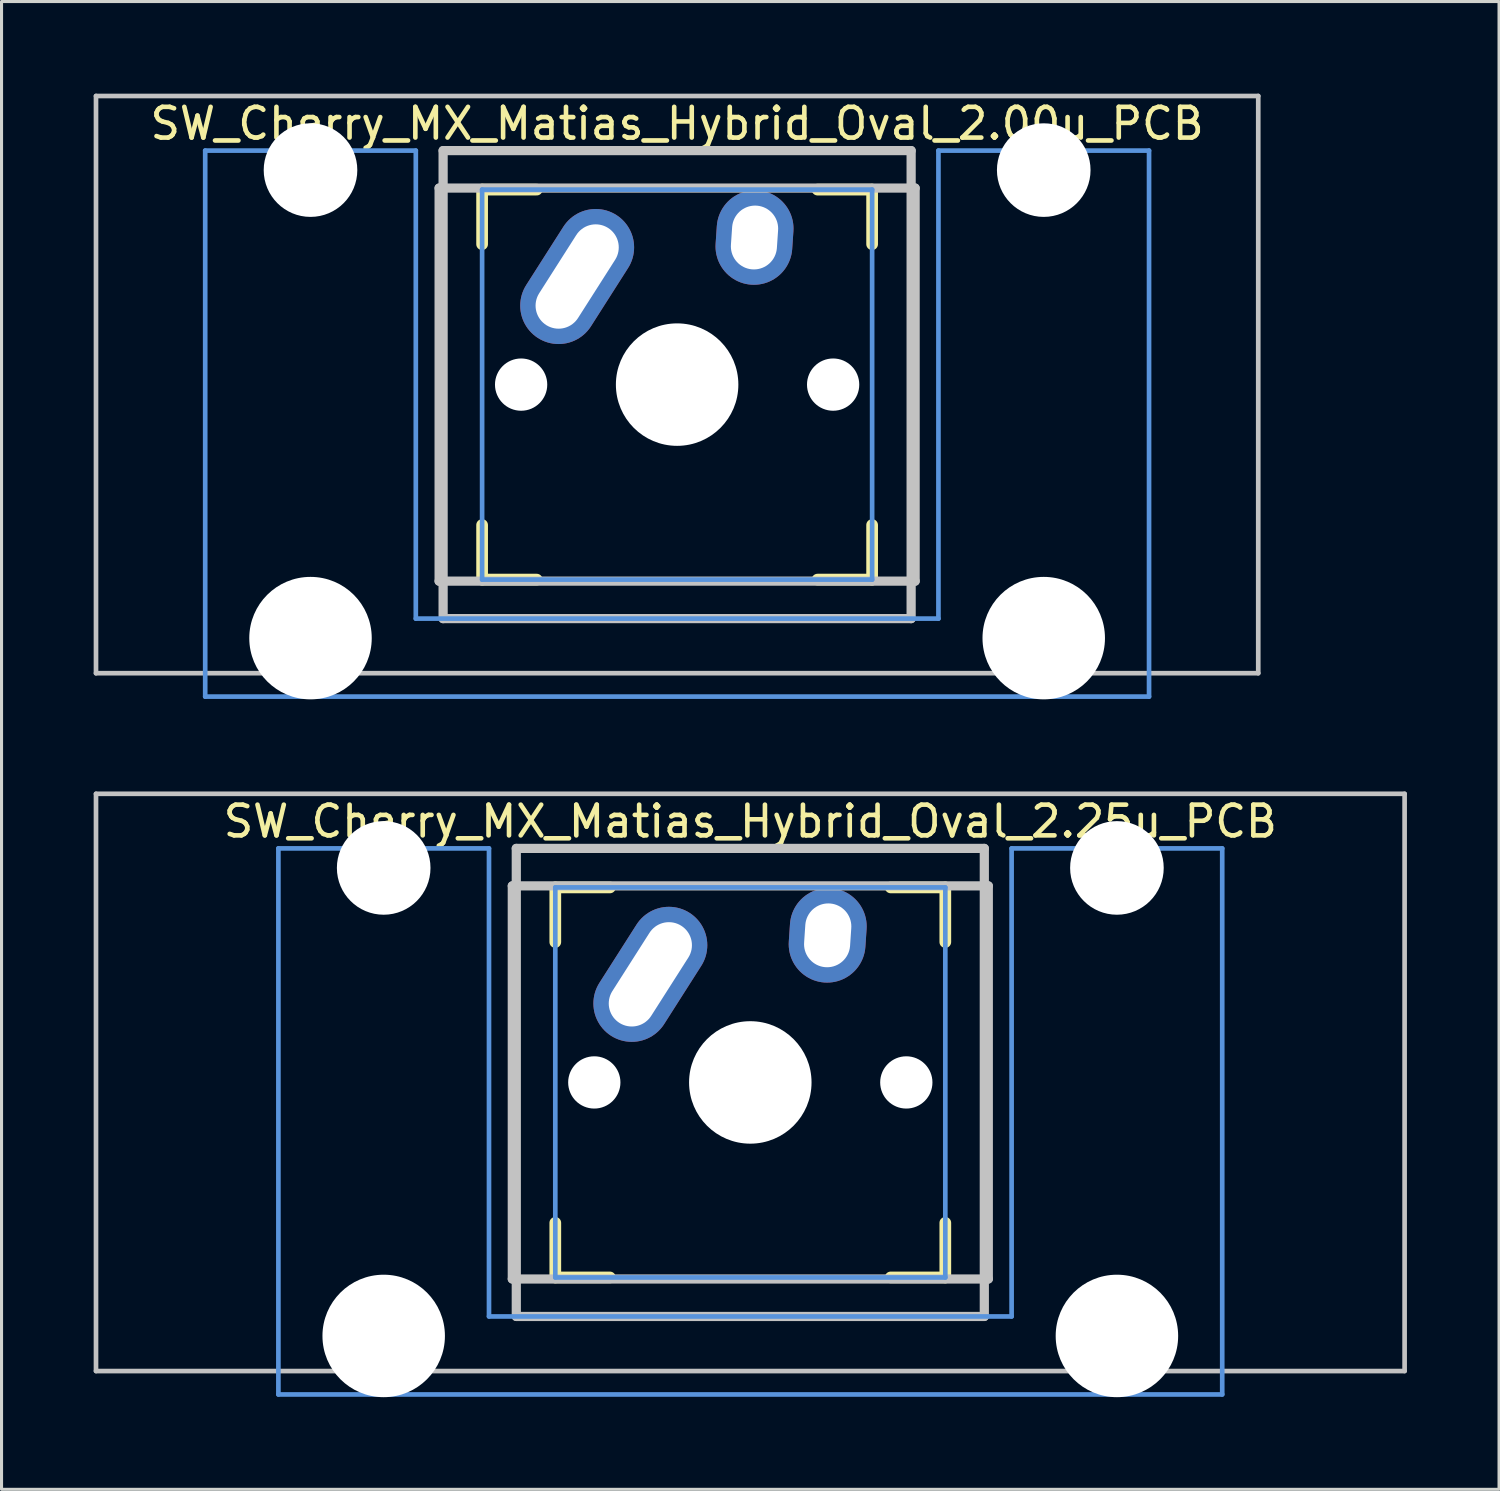
<source format=kicad_pcb>
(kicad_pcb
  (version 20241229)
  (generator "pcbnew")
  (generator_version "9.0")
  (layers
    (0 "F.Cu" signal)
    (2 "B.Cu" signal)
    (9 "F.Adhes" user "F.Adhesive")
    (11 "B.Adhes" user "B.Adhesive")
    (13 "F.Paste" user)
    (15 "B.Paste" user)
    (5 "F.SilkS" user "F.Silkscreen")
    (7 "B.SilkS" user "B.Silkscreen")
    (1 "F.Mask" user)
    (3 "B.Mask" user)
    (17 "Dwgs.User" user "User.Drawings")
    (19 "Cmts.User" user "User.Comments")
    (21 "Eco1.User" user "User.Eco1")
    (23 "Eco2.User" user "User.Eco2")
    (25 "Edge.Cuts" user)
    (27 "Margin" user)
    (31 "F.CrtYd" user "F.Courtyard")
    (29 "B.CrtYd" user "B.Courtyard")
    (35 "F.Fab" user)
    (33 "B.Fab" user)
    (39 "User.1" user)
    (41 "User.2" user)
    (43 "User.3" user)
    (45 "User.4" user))
  (footprint "SW_Cherry_MX_Matias_Hybrid_Oval_2.25u_PCB"
    (layer "F.Cu")
    (at 21.382 32.197)
    (property "Reference" "SW_Cherry_MX_Matias_Hybrid_Oval_2.25u_PCB" (at 0 -8.5 0) (layer "F.SilkS") (effects (font (size 1 1) (thickness 0.15))))
    (attr through_hole)
    (fp_line (start -6.35 -6.35) (end -4.572 -6.35) (stroke (width 0.381) (type solid)) (layer "F.SilkS"))
    (fp_line (start -6.35 -4.572) (end -6.35 -6.35) (stroke (width 0.381) (type solid)) (layer "F.SilkS"))
    (fp_line (start -6.35 6.35) (end -6.35 4.572) (stroke (width 0.381) (type solid)) (layer "F.SilkS"))
    (fp_line (start -4.572 6.35) (end -6.35 6.35) (stroke (width 0.381) (type solid)) (layer "F.SilkS"))
    (fp_line (start 4.572 -6.35) (end 6.35 -6.35) (stroke (width 0.381) (type solid)) (layer "F.SilkS"))
    (fp_line (start 6.35 -6.35) (end 6.35 -4.572) (stroke (width 0.381) (type solid)) (layer "F.SilkS"))
    (fp_line (start 6.35 4.572) (end 6.35 6.35) (stroke (width 0.381) (type solid)) (layer "F.SilkS"))
    (fp_line (start 6.35 6.35) (end 4.572 6.35) (stroke (width 0.381) (type solid)) (layer "F.SilkS"))
    (fp_line (start -21.306 -9.398) (end 21.306 -9.398) (stroke (width 0.152) (type solid)) (layer "Dwgs.User"))
    (fp_line (start -21.306 9.398) (end -21.306 -9.398) (stroke (width 0.152) (type solid)) (layer "Dwgs.User"))
    (fp_line (start -7.75 6.4) (end -7.75 -6.4) (stroke (width 0.3) (type solid)) (layer "Dwgs.User"))
    (fp_line (start -7.75 6.4) (end 7.75 6.4) (stroke (width 0.3) (type solid)) (layer "Dwgs.User"))
    (fp_line (start -7.62 -7.62) (end 7.62 -7.62) (stroke (width 0.3) (type solid)) (layer "Dwgs.User"))
    (fp_line (start -7.62 7.62) (end -7.62 -7.62) (stroke (width 0.3) (type solid)) (layer "Dwgs.User"))
    (fp_line (start 7.62 -7.62) (end 7.62 7.62) (stroke (width 0.3) (type solid)) (layer "Dwgs.User"))
    (fp_line (start 7.62 7.62) (end -7.62 7.62) (stroke (width 0.3) (type solid)) (layer "Dwgs.User"))
    (fp_line (start 7.75 -6.4) (end -7.75 -6.4) (stroke (width 0.3) (type solid)) (layer "Dwgs.User"))
    (fp_line (start 7.75 6.4) (end 7.75 -6.4) (stroke (width 0.3) (type solid)) (layer "Dwgs.User"))
    (fp_line (start 21.306 -9.398) (end 21.306 9.398) (stroke (width 0.152) (type solid)) (layer "Dwgs.User"))
    (fp_line (start 21.306 9.398) (end -21.306 9.398) (stroke (width 0.152) (type solid)) (layer "Dwgs.User"))
    (fp_line (start -15.367 -7.62) (end -15.367 10.16) (stroke (width 0.152) (type solid)) (layer "Cmts.User"))
    (fp_line (start -15.367 10.16) (end 15.367 10.16) (stroke (width 0.152) (type solid)) (layer "Cmts.User"))
    (fp_line (start -8.509 -7.62) (end -15.367 -7.62) (stroke (width 0.152) (type solid)) (layer "Cmts.User"))
    (fp_line (start -8.509 7.62) (end -8.509 -7.62) (stroke (width 0.152) (type solid)) (layer "Cmts.User"))
    (fp_line (start -6.35 -6.35) (end 6.35 -6.35) (stroke (width 0.152) (type solid)) (layer "Cmts.User"))
    (fp_line (start -6.35 6.35) (end -6.35 -6.35) (stroke (width 0.152) (type solid)) (layer "Cmts.User"))
    (fp_line (start 6.35 -6.35) (end 6.35 6.35) (stroke (width 0.152) (type solid)) (layer "Cmts.User"))
    (fp_line (start 6.35 6.35) (end -6.35 6.35) (stroke (width 0.152) (type solid)) (layer "Cmts.User"))
    (fp_line (start 8.509 -7.62) (end 8.509 7.62) (stroke (width 0.152) (type solid)) (layer "Cmts.User"))
    (fp_line (start 8.509 7.62) (end -8.509 7.62) (stroke (width 0.152) (type solid)) (layer "Cmts.User"))
    (fp_line (start 15.367 -7.62) (end 8.509 -7.62) (stroke (width 0.152) (type solid)) (layer "Cmts.User"))
    (fp_line (start 15.367 10.16) (end 15.367 -7.62) (stroke (width 0.152) (type solid)) (layer "Cmts.User"))
    (fp_line (start -16.129 -2.286) (end -15.265 -2.286) (stroke (width 0.152) (type solid)) (layer "Eco2.User"))
    (fp_line (start -16.129 0.508) (end -16.129 -2.286) (stroke (width 0.152) (type solid)) (layer "Eco2.User"))
    (fp_line (start -15.265 -5.69) (end -8.611 -5.69) (stroke (width 0.152) (type solid)) (layer "Eco2.User"))
    (fp_line (start -15.265 -2.286) (end -15.265 -5.69) (stroke (width 0.152) (type solid)) (layer "Eco2.User"))
    (fp_line (start -15.265 0.508) (end -16.129 0.508) (stroke (width 0.152) (type solid)) (layer "Eco2.User"))
    (fp_line (start -15.265 6.604) (end -15.265 0.508) (stroke (width 0.152) (type solid)) (layer "Eco2.User"))
    (fp_line (start -14.224 6.604) (end -15.265 6.604) (stroke (width 0.152) (type solid)) (layer "Eco2.User"))
    (fp_line (start -14.224 7.772) (end -14.224 6.604) (stroke (width 0.152) (type solid)) (layer "Eco2.User"))
    (fp_line (start -9.652 6.604) (end -9.652 7.772) (stroke (width 0.152) (type solid)) (layer "Eco2.User"))
    (fp_line (start -9.652 7.772) (end -14.224 7.772) (stroke (width 0.152) (type solid)) (layer "Eco2.User"))
    (fp_line (start -8.611 -5.69) (end -8.611 -4.877) (stroke (width 0.152) (type solid)) (layer "Eco2.User"))
    (fp_line (start -8.611 -4.877) (end -6.985 -4.877) (stroke (width 0.152) (type solid)) (layer "Eco2.User"))
    (fp_line (start -8.611 5.817) (end -8.611 6.604) (stroke (width 0.152) (type solid)) (layer "Eco2.User"))
    (fp_line (start -8.611 6.604) (end -9.652 6.604) (stroke (width 0.152) (type solid)) (layer "Eco2.User"))
    (fp_line (start -6.985 -6.985) (end 6.985 -6.985) (stroke (width 0.152) (type solid)) (layer "Eco2.User"))
    (fp_line (start -6.985 -4.877) (end -6.985 -6.985) (stroke (width 0.152) (type solid)) (layer "Eco2.User"))
    (fp_line (start -6.985 5.817) (end -8.611 5.817) (stroke (width 0.152) (type solid)) (layer "Eco2.User"))
    (fp_line (start -6.985 6.985) (end -6.985 5.817) (stroke (width 0.152) (type solid)) (layer "Eco2.User"))
    (fp_line (start 6.985 -6.985) (end 6.985 -4.877) (stroke (width 0.152) (type solid)) (layer "Eco2.User"))
    (fp_line (start 6.985 -4.877) (end 8.611 -4.877) (stroke (width 0.152) (type solid)) (layer "Eco2.User"))
    (fp_line (start 6.985 5.817) (end 6.985 6.985) (stroke (width 0.152) (type solid)) (layer "Eco2.User"))
    (fp_line (start 6.985 6.985) (end -6.985 6.985) (stroke (width 0.152) (type solid)) (layer "Eco2.User"))
    (fp_line (start 8.611 -5.69) (end 15.265 -5.69) (stroke (width 0.152) (type solid)) (layer "Eco2.User"))
    (fp_line (start 8.611 -4.877) (end 8.611 -5.69) (stroke (width 0.152) (type solid)) (layer "Eco2.User"))
    (fp_line (start 8.611 5.817) (end 6.985 5.817) (stroke (width 0.152) (type solid)) (layer "Eco2.User"))
    (fp_line (start 8.611 6.604) (end 8.611 5.817) (stroke (width 0.152) (type solid)) (layer "Eco2.User"))
    (fp_line (start 9.652 6.604) (end 8.611 6.604) (stroke (width 0.152) (type solid)) (layer "Eco2.User"))
    (fp_line (start 9.652 7.772) (end 9.652 6.604) (stroke (width 0.152) (type solid)) (layer "Eco2.User"))
    (fp_line (start 14.224 6.604) (end 14.224 7.772) (stroke (width 0.152) (type solid)) (layer "Eco2.User"))
    (fp_line (start 14.224 7.772) (end 9.652 7.772) (stroke (width 0.152) (type solid)) (layer "Eco2.User"))
    (fp_line (start 15.265 -5.69) (end 15.265 -2.286) (stroke (width 0.152) (type solid)) (layer "Eco2.User"))
    (fp_line (start 15.265 -2.286) (end 16.129 -2.286) (stroke (width 0.152) (type solid)) (layer "Eco2.User"))
    (fp_line (start 15.265 0.508) (end 15.265 6.604) (stroke (width 0.152) (type solid)) (layer "Eco2.User"))
    (fp_line (start 15.265 6.604) (end 14.224 6.604) (stroke (width 0.152) (type solid)) (layer "Eco2.User"))
    (fp_line (start 16.129 -2.286) (end 16.129 0.508) (stroke (width 0.152) (type solid)) (layer "Eco2.User"))
    (fp_line (start 16.129 0.508) (end 15.265 0.508) (stroke (width 0.152) (type solid)) (layer "Eco2.User"))
    (pad "" np_thru_hole circle (at -11.938 -6.985) (size 3.048 3.048) (drill 3.048) (layers "*.Cu" "*.Mask"))
    (pad "" np_thru_hole circle (at -11.938 8.255) (size 3.988 3.988) (drill 3.988) (layers "*.Cu" "*.Mask"))
    (pad "" np_thru_hole circle (at -5.08 0) (size 1.702 1.702) (drill 1.702) (layers "*.Cu" "*.Mask"))
    (pad "" np_thru_hole circle (at 0 0) (size 3.988 3.988) (drill 3.988) (layers "*.Cu" "*.Mask"))
    (pad "" np_thru_hole circle (at 5.08 0) (size 1.702 1.702) (drill 1.702) (layers "*.Cu" "*.Mask"))
    (pad "" np_thru_hole circle (at 11.938 -6.985) (size 3.048 3.048) (drill 3.048) (layers "*.Cu" "*.Mask"))
    (pad "" np_thru_hole circle (at 11.938 8.255) (size 3.988 3.988) (drill 3.988) (layers "*.Cu" "*.Mask"))
    (pad "1" thru_hole oval (at 2.52 -4.79 356.1) (size 2.5 3.08) (drill oval 1.5 2.08) (layers "*.Cu" "*.Mask"))
    (pad "2" thru_hole oval (at -3.255 -3.52 327.5) (size 2.5 4.75) (drill oval 1.5 3.75) (layers "*.Cu" "*.Mask")))
  (footprint "SW_Cherry_MX_Matias_Hybrid_Oval_2.00u_PCB"
    (layer "F.Cu")
    (at 18.999 9.474)
    (property "Reference" "SW_Cherry_MX_Matias_Hybrid_Oval_2.00u_PCB" (at 0 -8.5 0) (layer "F.SilkS") (effects (font (size 1 1) (thickness 0.15))))
    (attr through_hole)
    (fp_line (start -6.35 -6.35) (end -4.572 -6.35) (stroke (width 0.381) (type solid)) (layer "F.SilkS"))
    (fp_line (start -6.35 -4.572) (end -6.35 -6.35) (stroke (width 0.381) (type solid)) (layer "F.SilkS"))
    (fp_line (start -6.35 6.35) (end -6.35 4.572) (stroke (width 0.381) (type solid)) (layer "F.SilkS"))
    (fp_line (start -4.572 6.35) (end -6.35 6.35) (stroke (width 0.381) (type solid)) (layer "F.SilkS"))
    (fp_line (start 4.572 -6.35) (end 6.35 -6.35) (stroke (width 0.381) (type solid)) (layer "F.SilkS"))
    (fp_line (start 6.35 -6.35) (end 6.35 -4.572) (stroke (width 0.381) (type solid)) (layer "F.SilkS"))
    (fp_line (start 6.35 4.572) (end 6.35 6.35) (stroke (width 0.381) (type solid)) (layer "F.SilkS"))
    (fp_line (start 6.35 6.35) (end 4.572 6.35) (stroke (width 0.381) (type solid)) (layer "F.SilkS"))
    (fp_line (start -18.923 -9.398) (end 18.923 -9.398) (stroke (width 0.152) (type solid)) (layer "Dwgs.User"))
    (fp_line (start -18.923 9.398) (end -18.923 -9.398) (stroke (width 0.152) (type solid)) (layer "Dwgs.User"))
    (fp_line (start -7.75 6.4) (end -7.75 -6.4) (stroke (width 0.3) (type solid)) (layer "Dwgs.User"))
    (fp_line (start -7.75 6.4) (end 7.75 6.4) (stroke (width 0.3) (type solid)) (layer "Dwgs.User"))
    (fp_line (start -7.62 -7.62) (end 7.62 -7.62) (stroke (width 0.3) (type solid)) (layer "Dwgs.User"))
    (fp_line (start -7.62 7.62) (end -7.62 -7.62) (stroke (width 0.3) (type solid)) (layer "Dwgs.User"))
    (fp_line (start 7.62 -7.62) (end 7.62 7.62) (stroke (width 0.3) (type solid)) (layer "Dwgs.User"))
    (fp_line (start 7.62 7.62) (end -7.62 7.62) (stroke (width 0.3) (type solid)) (layer "Dwgs.User"))
    (fp_line (start 7.75 -6.4) (end -7.75 -6.4) (stroke (width 0.3) (type solid)) (layer "Dwgs.User"))
    (fp_line (start 7.75 6.4) (end 7.75 -6.4) (stroke (width 0.3) (type solid)) (layer "Dwgs.User"))
    (fp_line (start 18.923 -9.398) (end 18.923 9.398) (stroke (width 0.152) (type solid)) (layer "Dwgs.User"))
    (fp_line (start 18.923 9.398) (end -18.923 9.398) (stroke (width 0.152) (type solid)) (layer "Dwgs.User"))
    (fp_line (start -15.367 -7.62) (end -15.367 10.16) (stroke (width 0.152) (type solid)) (layer "Cmts.User"))
    (fp_line (start -15.367 10.16) (end 15.367 10.16) (stroke (width 0.152) (type solid)) (layer "Cmts.User"))
    (fp_line (start -8.509 -7.62) (end -15.367 -7.62) (stroke (width 0.152) (type solid)) (layer "Cmts.User"))
    (fp_line (start -8.509 7.62) (end -8.509 -7.62) (stroke (width 0.152) (type solid)) (layer "Cmts.User"))
    (fp_line (start -6.35 -6.35) (end 6.35 -6.35) (stroke (width 0.152) (type solid)) (layer "Cmts.User"))
    (fp_line (start -6.35 6.35) (end -6.35 -6.35) (stroke (width 0.152) (type solid)) (layer "Cmts.User"))
    (fp_line (start 6.35 -6.35) (end 6.35 6.35) (stroke (width 0.152) (type solid)) (layer "Cmts.User"))
    (fp_line (start 6.35 6.35) (end -6.35 6.35) (stroke (width 0.152) (type solid)) (layer "Cmts.User"))
    (fp_line (start 8.509 -7.62) (end 8.509 7.62) (stroke (width 0.152) (type solid)) (layer "Cmts.User"))
    (fp_line (start 8.509 7.62) (end -8.509 7.62) (stroke (width 0.152) (type solid)) (layer "Cmts.User"))
    (fp_line (start 15.367 -7.62) (end 8.509 -7.62) (stroke (width 0.152) (type solid)) (layer "Cmts.User"))
    (fp_line (start 15.367 10.16) (end 15.367 -7.62) (stroke (width 0.152) (type solid)) (layer "Cmts.User"))
    (fp_line (start -16.129 -2.286) (end -15.265 -2.286) (stroke (width 0.152) (type solid)) (layer "Eco2.User"))
    (fp_line (start -16.129 0.508) (end -16.129 -2.286) (stroke (width 0.152) (type solid)) (layer "Eco2.User"))
    (fp_line (start -15.265 -5.69) (end -8.611 -5.69) (stroke (width 0.152) (type solid)) (layer "Eco2.User"))
    (fp_line (start -15.265 -2.286) (end -15.265 -5.69) (stroke (width 0.152) (type solid)) (layer "Eco2.User"))
    (fp_line (start -15.265 0.508) (end -16.129 0.508) (stroke (width 0.152) (type solid)) (layer "Eco2.User"))
    (fp_line (start -15.265 6.604) (end -15.265 0.508) (stroke (width 0.152) (type solid)) (layer "Eco2.User"))
    (fp_line (start -14.224 6.604) (end -15.265 6.604) (stroke (width 0.152) (type solid)) (layer "Eco2.User"))
    (fp_line (start -14.224 7.772) (end -14.224 6.604) (stroke (width 0.152) (type solid)) (layer "Eco2.User"))
    (fp_line (start -9.652 6.604) (end -9.652 7.772) (stroke (width 0.152) (type solid)) (layer "Eco2.User"))
    (fp_line (start -9.652 7.772) (end -14.224 7.772) (stroke (width 0.152) (type solid)) (layer "Eco2.User"))
    (fp_line (start -8.611 -5.69) (end -8.611 -4.877) (stroke (width 0.152) (type solid)) (layer "Eco2.User"))
    (fp_line (start -8.611 -4.877) (end -6.985 -4.877) (stroke (width 0.152) (type solid)) (layer "Eco2.User"))
    (fp_line (start -8.611 5.817) (end -8.611 6.604) (stroke (width 0.152) (type solid)) (layer "Eco2.User"))
    (fp_line (start -8.611 6.604) (end -9.652 6.604) (stroke (width 0.152) (type solid)) (layer "Eco2.User"))
    (fp_line (start -6.985 -6.985) (end 6.985 -6.985) (stroke (width 0.152) (type solid)) (layer "Eco2.User"))
    (fp_line (start -6.985 -4.877) (end -6.985 -6.985) (stroke (width 0.152) (type solid)) (layer "Eco2.User"))
    (fp_line (start -6.985 5.817) (end -8.611 5.817) (stroke (width 0.152) (type solid)) (layer "Eco2.User"))
    (fp_line (start -6.985 6.985) (end -6.985 5.817) (stroke (width 0.152) (type solid)) (layer "Eco2.User"))
    (fp_line (start 6.985 -6.985) (end 6.985 -4.877) (stroke (width 0.152) (type solid)) (layer "Eco2.User"))
    (fp_line (start 6.985 -4.877) (end 8.611 -4.877) (stroke (width 0.152) (type solid)) (layer "Eco2.User"))
    (fp_line (start 6.985 5.817) (end 6.985 6.985) (stroke (width 0.152) (type solid)) (layer "Eco2.User"))
    (fp_line (start 6.985 6.985) (end -6.985 6.985) (stroke (width 0.152) (type solid)) (layer "Eco2.User"))
    (fp_line (start 8.611 -5.69) (end 15.265 -5.69) (stroke (width 0.152) (type solid)) (layer "Eco2.User"))
    (fp_line (start 8.611 -4.877) (end 8.611 -5.69) (stroke (width 0.152) (type solid)) (layer "Eco2.User"))
    (fp_line (start 8.611 5.817) (end 6.985 5.817) (stroke (width 0.152) (type solid)) (layer "Eco2.User"))
    (fp_line (start 8.611 6.604) (end 8.611 5.817) (stroke (width 0.152) (type solid)) (layer "Eco2.User"))
    (fp_line (start 9.652 6.604) (end 8.611 6.604) (stroke (width 0.152) (type solid)) (layer "Eco2.User"))
    (fp_line (start 9.652 7.772) (end 9.652 6.604) (stroke (width 0.152) (type solid)) (layer "Eco2.User"))
    (fp_line (start 14.224 6.604) (end 14.224 7.772) (stroke (width 0.152) (type solid)) (layer "Eco2.User"))
    (fp_line (start 14.224 7.772) (end 9.652 7.772) (stroke (width 0.152) (type solid)) (layer "Eco2.User"))
    (fp_line (start 15.265 -5.69) (end 15.265 -2.286) (stroke (width 0.152) (type solid)) (layer "Eco2.User"))
    (fp_line (start 15.265 -2.286) (end 16.129 -2.286) (stroke (width 0.152) (type solid)) (layer "Eco2.User"))
    (fp_line (start 15.265 0.508) (end 15.265 6.604) (stroke (width 0.152) (type solid)) (layer "Eco2.User"))
    (fp_line (start 15.265 6.604) (end 14.224 6.604) (stroke (width 0.152) (type solid)) (layer "Eco2.User"))
    (fp_line (start 16.129 -2.286) (end 16.129 0.508) (stroke (width 0.152) (type solid)) (layer "Eco2.User"))
    (fp_line (start 16.129 0.508) (end 15.265 0.508) (stroke (width 0.152) (type solid)) (layer "Eco2.User"))
    (pad "" np_thru_hole circle (at -11.938 -6.985) (size 3.048 3.048) (drill 3.048) (layers "*.Cu" "*.Mask"))
    (pad "" np_thru_hole circle (at -11.938 8.255) (size 3.988 3.988) (drill 3.988) (layers "*.Cu" "*.Mask"))
    (pad "" np_thru_hole circle (at -5.08 0) (size 1.702 1.702) (drill 1.702) (layers "*.Cu" "*.Mask"))
    (pad "" np_thru_hole circle (at 0 0) (size 3.988 3.988) (drill 3.988) (layers "*.Cu" "*.Mask"))
    (pad "" np_thru_hole circle (at 5.08 0) (size 1.702 1.702) (drill 1.702) (layers "*.Cu" "*.Mask"))
    (pad "" np_thru_hole circle (at 11.938 -6.985) (size 3.048 3.048) (drill 3.048) (layers "*.Cu" "*.Mask"))
    (pad "" np_thru_hole circle (at 11.938 8.255) (size 3.988 3.988) (drill 3.988) (layers "*.Cu" "*.Mask"))
    (pad "1" thru_hole oval (at 2.52 -4.79 356.1) (size 2.5 3.08) (drill oval 1.5 2.08) (layers "*.Cu" "*.Mask"))
    (pad "2" thru_hole oval (at -3.255 -3.52 327.5) (size 2.5 4.75) (drill oval 1.5 3.75) (layers "*.Cu" "*.Mask")))
  (gr_rect
    (start -3 -3)
    (end 45.763 45.446)
    (stroke (width 0.1) (type default))
    (fill no)
    (layer "Edge.Cuts")))
</source>
